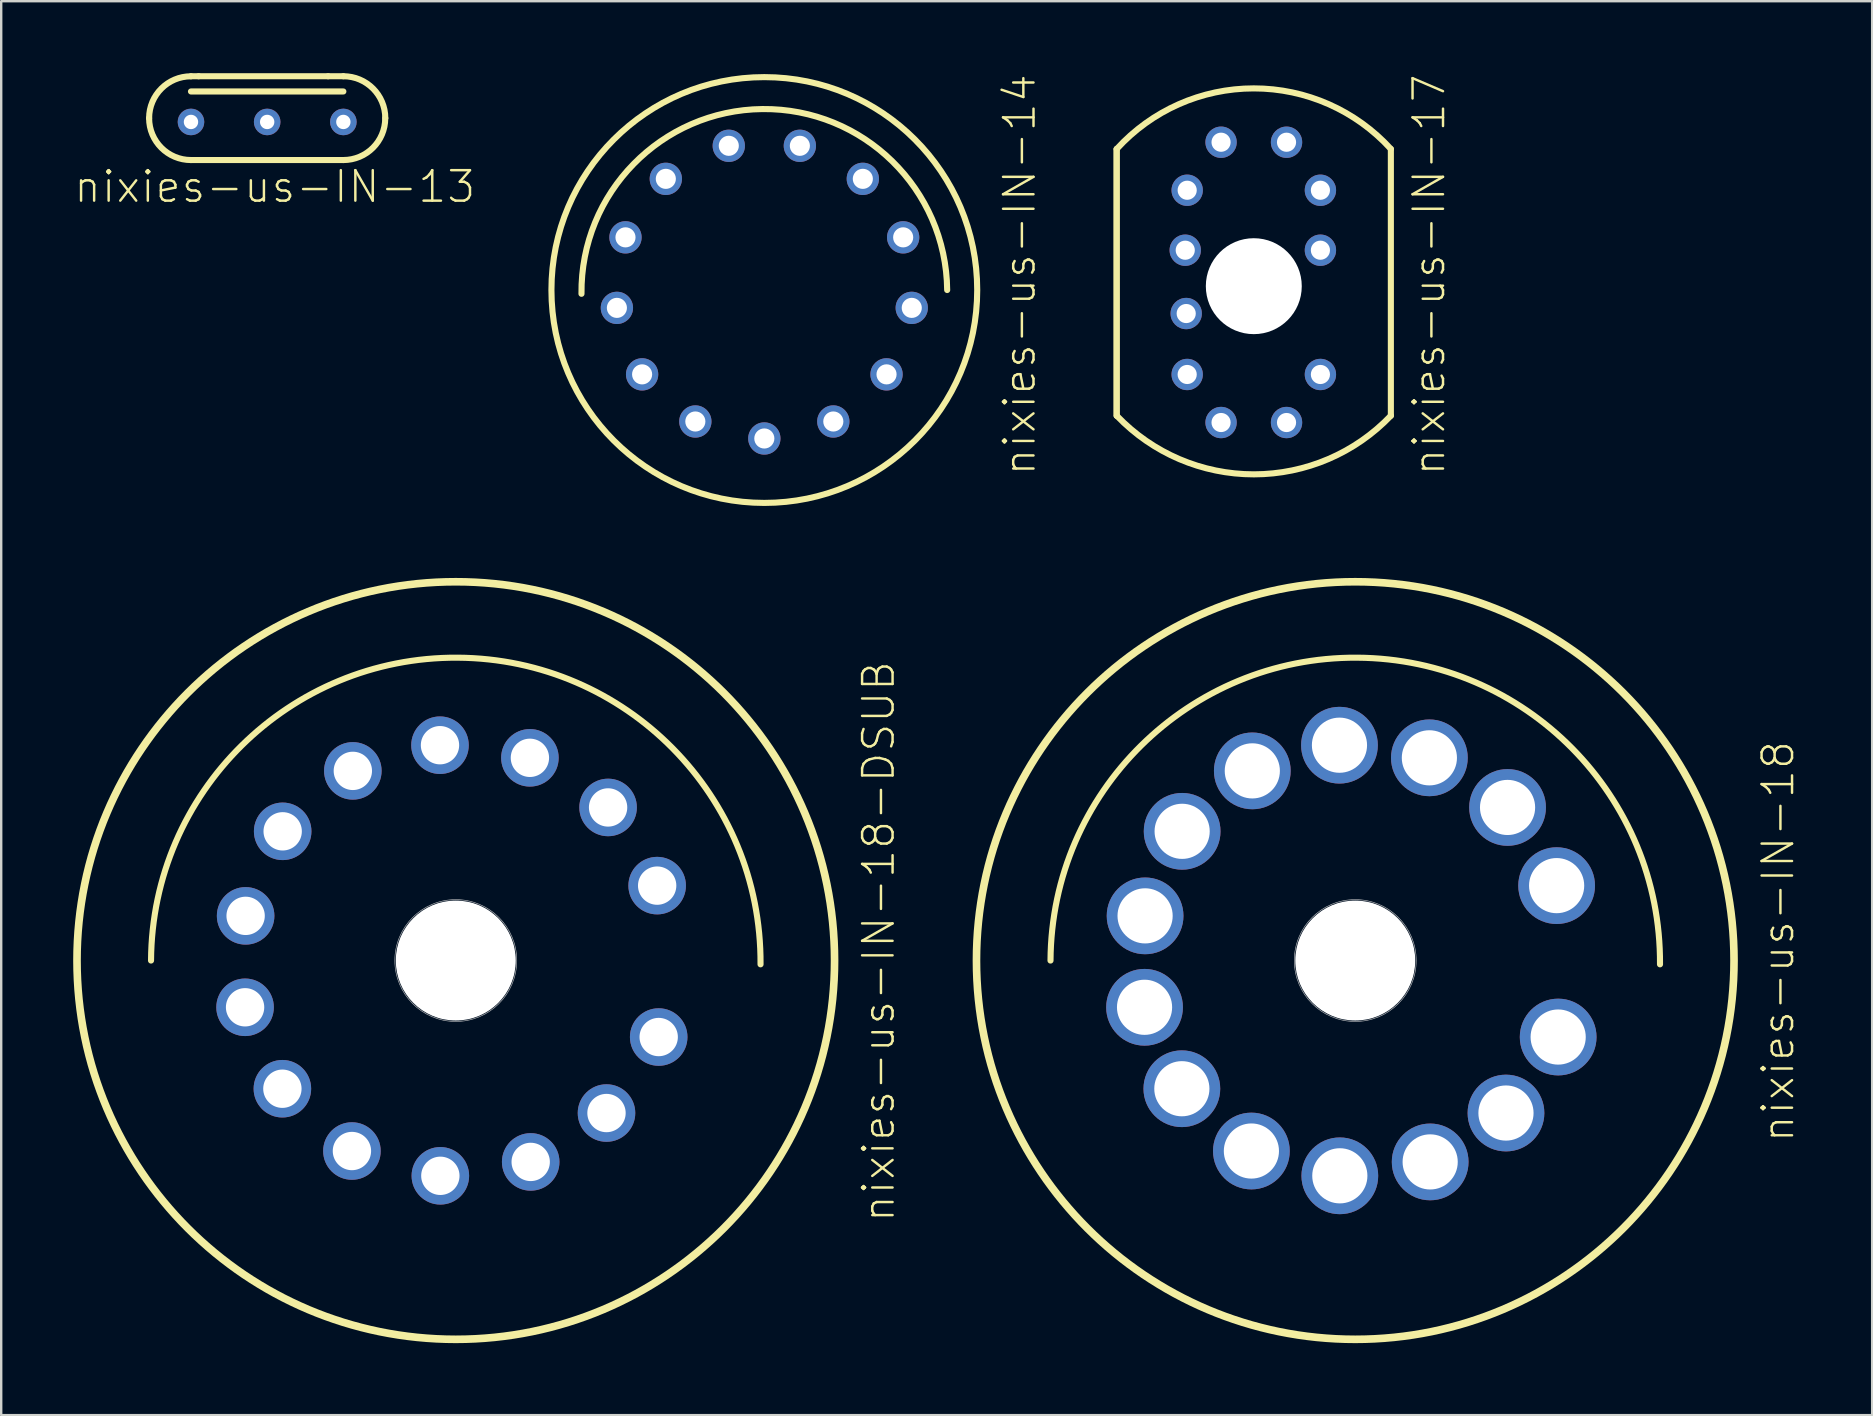
<source format=kicad_pcb>
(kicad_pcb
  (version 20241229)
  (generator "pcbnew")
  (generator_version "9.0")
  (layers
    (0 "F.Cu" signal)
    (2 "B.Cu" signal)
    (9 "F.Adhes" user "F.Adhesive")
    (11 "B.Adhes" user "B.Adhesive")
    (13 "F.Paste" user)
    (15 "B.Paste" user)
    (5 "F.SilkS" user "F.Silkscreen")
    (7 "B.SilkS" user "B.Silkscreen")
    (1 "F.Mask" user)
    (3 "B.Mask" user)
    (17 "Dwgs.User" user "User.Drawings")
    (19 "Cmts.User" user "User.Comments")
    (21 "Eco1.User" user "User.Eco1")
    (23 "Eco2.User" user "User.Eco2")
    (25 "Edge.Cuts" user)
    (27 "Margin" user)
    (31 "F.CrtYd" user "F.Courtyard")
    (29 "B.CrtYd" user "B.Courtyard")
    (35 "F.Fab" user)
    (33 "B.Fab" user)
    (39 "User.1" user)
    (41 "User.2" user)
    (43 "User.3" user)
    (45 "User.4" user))
  (footprint "nixies-us-IN-18"
    (layer "F.Cu")
    (at 53.428 36.979)
    (property "Reference" "nixies-us-IN-18" (at 17.62 -0.792 90) (unlocked yes) (layer "F.SilkS") (effects (font (size 1.27 1.27) (thickness 0.102))))
    (attr exclude_from_pos_files exclude_from_bom)
    (fp_circle (center 0 0) (end 0 -2.54) (stroke (width 0.025) (type solid)) (fill no) (layer "F.Mask"))
    (fp_circle (center 0 0) (end 0 -1.27) (stroke (width 2.54) (type solid)) (fill no) (layer "F.Mask"))
    (fp_circle (center 0 0) (end 0 -1.27) (stroke (width 2.54) (type solid)) (fill no) (layer "B.Mask"))
    (fp_arc (start -12.7 0) (mid 0.07874 -12.62126) (end 12.7 0.15748) (stroke (width 0.254) (type solid)) (layer "F.SilkS"))
    (fp_circle (center 0 0) (end 0 -15.817) (stroke (width 0.254) (type solid)) (fill no) (layer "F.SilkS"))
    (fp_circle (center 0 0) (end 0 -15.753) (stroke (width 0.254) (type solid)) (fill no) (layer "F.SilkS"))
    (fp_circle (center 0 0) (end 0 -2.54) (stroke (width 0.025) (type solid)) (fill no) (layer "Dwgs.User"))
    (pad "" np_thru_hole circle (at 0 0) (size 4.999 4.999) (drill 4.999) (layers "*.Cu" "*.Mask"))
    (pad "0" thru_hole circle (at 6.281 6.355) (size 3.198 3.198) (drill 2.299) (layers "*.Cu" "*.Mask"))
    (pad "1" thru_hole circle (at -0.643 8.971) (size 3.198 3.198) (drill 2.299) (layers "*.Cu" "*.Mask"))
    (pad "2" thru_hole circle (at -4.328 7.938) (size 3.198 3.198) (drill 2.299) (layers "*.Cu" "*.Mask"))
    (pad "3" thru_hole circle (at -8.758 -1.862) (size 3.198 3.198) (drill 2.299) (layers "*.Cu" "*.Mask"))
    (pad "4" thru_hole circle (at 6.347 -6.38) (size 3.198 3.198) (drill 2.299) (layers "*.Cu" "*.Mask"))
    (pad "5" thru_hole circle (at 3.089 -8.448) (size 3.198 3.198) (drill 2.299) (layers "*.Cu" "*.Mask"))
    (pad "6" thru_hole circle (at -4.29 -7.904) (size 3.198 3.198) (drill 2.299) (layers "*.Cu" "*.Mask"))
    (pad "7" thru_hole circle (at -7.214 -5.385) (size 3.198 3.198) (drill 2.299) (layers "*.Cu" "*.Mask"))
    (pad "8" thru_hole circle (at -7.226 5.342) (size 3.198 3.198) (drill 2.299) (layers "*.Cu" "*.Mask"))
    (pad "9" thru_hole circle (at 8.456 3.188) (size 3.198 3.198) (drill 2.299) (layers "*.Cu" "*.Mask"))
    (pad "A" thru_hole circle (at -0.658 -8.974) (size 3.198 3.198) (drill 2.299) (layers "*.Cu" "*.Mask"))
    (pad "A2" thru_hole circle (at 3.122 8.392) (size 3.198 3.198) (drill 2.299) (layers "*.Cu" "*.Mask"))
    (pad "N/C" thru_hole circle (at 8.392 -3.122) (size 3.198 3.198) (drill 2.299) (layers "*.Cu" "*.Mask"))
    (pad "N/C2" thru_hole circle (at -8.781 1.948) (size 3.198 3.198) (drill 2.299) (layers "*.Cu" "*.Mask")))
  (footprint "nixies-us-IN-17"
    (layer "F.Cu")
    (at 49.2 8.876)
    (property "Reference" "nixies-us-IN-17" (at 7.303 -0.475 90) (unlocked yes) (layer "F.SilkS") (effects (font (size 1.27 1.27) (thickness 0.102))))
    (attr exclude_from_pos_files exclude_from_bom)
    (fp_line (start -5.715 -5.715) (end -5.715 5.397) (stroke (width 0.254) (type solid)) (layer "F.SilkS"))
    (fp_line (start -5.715 5.397) (end -5.715 -5.715) (stroke (width 0.254) (type solid)) (layer "F.SilkS"))
    (fp_line (start 5.712 5.397) (end 5.712 -5.715) (stroke (width 0.254) (type solid)) (layer "F.SilkS"))
    (fp_arc (start -5.715 -5.715) (mid -0.002522 -8.24269) (end 5.711605 -5.718731) (stroke (width 0.254) (type solid)) (layer "F.SilkS"))
    (fp_arc (start 5.71246 5.3975) (mid 0.004024 7.841685) (end -5.7069 5.403318) (stroke (width 0.254) (type solid)) (layer "F.SilkS"))
    (pad "" np_thru_hole circle (at 0 0) (size 3.998 3.998) (drill 3.998) (layers "*.Cu" "*.Mask"))
    (pad "0" thru_hole circle (at 2.776 -3.998) (size 1.306 1.306) (drill 0.798) (layers "*.Cu" "*.Mask"))
    (pad "1" thru_hole circle (at 1.364 -5.999) (size 1.306 1.306) (drill 0.798) (layers "*.Cu" "*.Mask"))
    (pad "2" thru_hole circle (at -1.364 -5.999) (size 1.306 1.306) (drill 0.798) (layers "*.Cu" "*.Mask"))
    (pad "3" thru_hole circle (at -2.776 -3.998) (size 1.306 1.306) (drill 0.798) (layers "*.Cu" "*.Mask"))
    (pad "4" thru_hole circle (at -2.857 -1.499) (size 1.306 1.306) (drill 0.798) (layers "*.Cu" "*.Mask"))
    (pad "5" thru_hole circle (at -2.817 1.14) (size 1.306 1.306) (drill 0.798) (layers "*.Cu" "*.Mask"))
    (pad "6" thru_hole circle (at -2.776 3.68) (size 1.306 1.306) (drill 0.798) (layers "*.Cu" "*.Mask"))
    (pad "7" thru_hole circle (at -1.364 5.682) (size 1.306 1.306) (drill 0.798) (layers "*.Cu" "*.Mask"))
    (pad "8" thru_hole circle (at 1.364 5.682) (size 1.306 1.306) (drill 0.798) (layers "*.Cu" "*.Mask"))
    (pad "9" thru_hole circle (at 2.776 3.68) (size 1.306 1.306) (drill 0.798) (layers "*.Cu" "*.Mask"))
    (pad "A" thru_hole circle (at 2.776 -1.499) (size 1.306 1.306) (drill 0.798) (layers "*.Cu" "*.Mask")))
  (footprint "nixies-us-IN-14"
    (layer "F.Cu")
    (at 28.802 9.036)
    (property "Reference" "nixies-us-IN-14" (at 10.635 -0.635 90) (unlocked yes) (layer "F.SilkS") (effects (font (size 1.27 1.27) (thickness 0.102))))
    (attr exclude_from_pos_files exclude_from_bom)
    (fp_arc (start -7.62 0.15748) (mid -0.07874 -7.54126) (end 7.62 0) (stroke (width 0.254) (type solid)) (layer "F.SilkS"))
    (fp_circle (center 0 0) (end 0 -8.872) (stroke (width 0.254) (type solid)) (fill no) (layer "F.SilkS"))
    (pad "0" thru_hole circle (at -5.093 3.515) (size 1.346 1.346) (drill 0.838) (layers "*.Cu" "*.Mask"))
    (pad "1" thru_hole circle (at 5.093 3.515) (size 1.346 1.346) (drill 0.838) (layers "*.Cu" "*.Mask"))
    (pad "2" thru_hole circle (at 6.144 0.744) (size 1.346 1.346) (drill 0.838) (layers "*.Cu" "*.Mask"))
    (pad "3" thru_hole circle (at 5.786 -2.195) (size 1.346 1.346) (drill 0.838) (layers "*.Cu" "*.Mask"))
    (pad "4" thru_hole circle (at 4.105 -4.633) (size 1.346 1.346) (drill 0.838) (layers "*.Cu" "*.Mask"))
    (pad "5" thru_hole circle (at 1.481 -6.01) (size 1.346 1.346) (drill 0.838) (layers "*.Cu" "*.Mask"))
    (pad "6" thru_hole circle (at -1.481 -6.01) (size 1.346 1.346) (drill 0.838) (layers "*.Cu" "*.Mask"))
    (pad "7" thru_hole circle (at -4.105 -4.633) (size 1.346 1.346) (drill 0.838) (layers "*.Cu" "*.Mask"))
    (pad "8" thru_hole circle (at -5.786 -2.195) (size 1.346 1.346) (drill 0.838) (layers "*.Cu" "*.Mask"))
    (pad "9" thru_hole circle (at -6.144 0.744) (size 1.346 1.346) (drill 0.838) (layers "*.Cu" "*.Mask"))
    (pad "A" thru_hole circle (at 0 6.187) (size 1.346 1.346) (drill 0.838) (layers "*.Cu" "*.Mask"))
    (pad "LHDP" thru_hole circle (at 2.875 5.479) (size 1.346 1.346) (drill 0.838) (layers "*.Cu" "*.Mask"))
    (pad "RHDP" thru_hole circle (at -2.875 5.479) (size 1.346 1.346) (drill 0.838) (layers "*.Cu" "*.Mask")))
  (footprint "nixies-us-IN-18-DSUB"
    (layer "F.Cu")
    (at 15.944 36.979)
    (property "Reference" "nixies-us-IN-18-DSUB" (at 17.62 -0.792 90) (unlocked yes) (layer "F.SilkS") (effects (font (size 1.27 1.27) (thickness 0.102))))
    (attr exclude_from_pos_files exclude_from_bom)
    (fp_circle (center 0 0) (end 0 -2.54) (stroke (width 0.025) (type solid)) (fill no) (layer "F.Mask"))
    (fp_circle (center 0 0) (end 0 -1.27) (stroke (width 2.54) (type solid)) (fill no) (layer "F.Mask"))
    (fp_circle (center 0 0) (end 0 -1.27) (stroke (width 2.54) (type solid)) (fill no) (layer "B.Mask"))
    (fp_arc (start -12.7 0) (mid 0.07874 -12.62126) (end 12.7 0.15748) (stroke (width 0.254) (type solid)) (layer "F.SilkS"))
    (fp_circle (center 0 0) (end 0 -15.817) (stroke (width 0.254) (type solid)) (fill no) (layer "F.SilkS"))
    (fp_circle (center 0 0) (end 0 -15.753) (stroke (width 0.254) (type solid)) (fill no) (layer "F.SilkS"))
    (fp_circle (center 0 0) (end 0 -2.54) (stroke (width 0.025) (type solid)) (fill no) (layer "Dwgs.User"))
    (pad "" np_thru_hole circle (at 0 0) (size 4.999 4.999) (drill 4.999) (layers "*.Cu" "*.Mask"))
    (pad "0" thru_hole circle (at 6.281 6.355) (size 2.398 2.398) (drill 1.598) (layers "*.Cu" "*.Mask"))
    (pad "1" thru_hole circle (at -0.643 8.971) (size 2.398 2.398) (drill 1.598) (layers "*.Cu" "*.Mask"))
    (pad "2" thru_hole circle (at -4.328 7.938) (size 2.398 2.398) (drill 1.598) (layers "*.Cu" "*.Mask"))
    (pad "3" thru_hole circle (at -8.758 -1.862) (size 2.398 2.398) (drill 1.598) (layers "*.Cu" "*.Mask"))
    (pad "4" thru_hole circle (at 6.347 -6.38) (size 2.398 2.398) (drill 1.598) (layers "*.Cu" "*.Mask"))
    (pad "5" thru_hole circle (at 3.089 -8.448) (size 2.398 2.398) (drill 1.598) (layers "*.Cu" "*.Mask"))
    (pad "6" thru_hole circle (at -4.29 -7.904) (size 2.398 2.398) (drill 1.598) (layers "*.Cu" "*.Mask"))
    (pad "7" thru_hole circle (at -7.214 -5.385) (size 2.398 2.398) (drill 1.598) (layers "*.Cu" "*.Mask"))
    (pad "8" thru_hole circle (at -7.226 5.342) (size 2.398 2.398) (drill 1.598) (layers "*.Cu" "*.Mask"))
    (pad "9" thru_hole circle (at 8.456 3.188) (size 2.398 2.398) (drill 1.598) (layers "*.Cu" "*.Mask"))
    (pad "A" thru_hole circle (at -0.658 -8.974) (size 2.398 2.398) (drill 1.598) (layers "*.Cu" "*.Mask"))
    (pad "A2" thru_hole circle (at 3.122 8.392) (size 2.398 2.398) (drill 1.598) (layers "*.Cu" "*.Mask"))
    (pad "N/C" thru_hole circle (at 8.392 -3.122) (size 2.398 2.398) (drill 1.598) (layers "*.Cu" "*.Mask"))
    (pad "N/C2" thru_hole circle (at -8.781 1.948) (size 2.398 2.398) (drill 1.598) (layers "*.Cu" "*.Mask")))
  (footprint "nixies-us-IN-13"
    (layer "F.Cu")
    (at 4.909 2.032)
    (property "Reference" "nixies-us-IN-13" (at 3.493 2.697 0) (unlocked yes) (layer "F.SilkS") (effects (font (size 1.27 1.27) (thickness 0.102))))
    (attr exclude_from_pos_files exclude_from_bom)
    (fp_line (start 0 -1.27) (end 6.35 -1.27) (stroke (width 0.254) (type solid)) (layer "F.SilkS"))
    (fp_line (start 0 1.587) (end 6.35 1.587) (stroke (width 0.254) (type solid)) (layer "F.SilkS"))
    (fp_line (start 0.318 -1.905) (end 0 -1.905) (stroke (width 0.127) (type solid)) (layer "F.SilkS"))
    (fp_line (start 0.318 -1.905) (end 0 -1.905) (stroke (width 0.254) (type solid)) (layer "F.SilkS"))
    (fp_line (start 5.715 -1.905) (end 0.318 -1.905) (stroke (width 0.254) (type solid)) (layer "F.SilkS"))
    (fp_line (start 6.35 -1.905) (end 5.715 -1.905) (stroke (width 0.127) (type solid)) (layer "F.SilkS"))
    (fp_line (start 6.35 -1.905) (end 5.715 -1.905) (stroke (width 0.254) (type solid)) (layer "F.SilkS"))
    (fp_arc (start -1.74498 -0.15748) (mid -1.233887 -1.391367) (end 0 -1.90246) (stroke (width 0.254) (type solid)) (layer "F.SilkS"))
    (fp_arc (start 0 1.5875) (mid -1.233887 1.076407) (end -1.74498 -0.15748) (stroke (width 0.254) (type solid)) (layer "F.SilkS"))
    (fp_arc (start 0 1.5875) (mid -1.74498 -0.15748) (end 0 -1.90246) (stroke (width 0.127) (type solid)) (layer "F.SilkS"))
    (fp_arc (start 6.35 -1.905) (mid 8.09752 -0.15748) (end 6.35 1.59004) (stroke (width 0.127) (type solid)) (layer "F.SilkS"))
    (fp_arc (start 6.35 -1.905) (mid 7.585683 -1.393163) (end 8.09752 -0.15748) (stroke (width 0.254) (type solid)) (layer "F.SilkS"))
    (fp_arc (start 8.09498 -0.15748) (mid 7.583887 1.076407) (end 6.35 1.5875) (stroke (width 0.254) (type solid)) (layer "F.SilkS"))
    (pad "A" thru_hole circle (at 0 0) (size 1.107 1.107) (drill 0.599) (layers "*.Cu" "*.Mask"))
    (pad "K" thru_hole circle (at 3.175 0) (size 1.107 1.107) (drill 0.599) (layers "*.Cu" "*.Mask"))
    (pad "K2" thru_hole circle (at 6.35 0) (size 1.107 1.107) (drill 0.599) (layers "*.Cu" "*.Mask")))
  (gr_rect
    (start -3 -3)
    (end 74.97 55.923)
    (stroke (width 0.1) (type default))
    (fill no)
    (layer "Edge.Cuts")))
</source>
